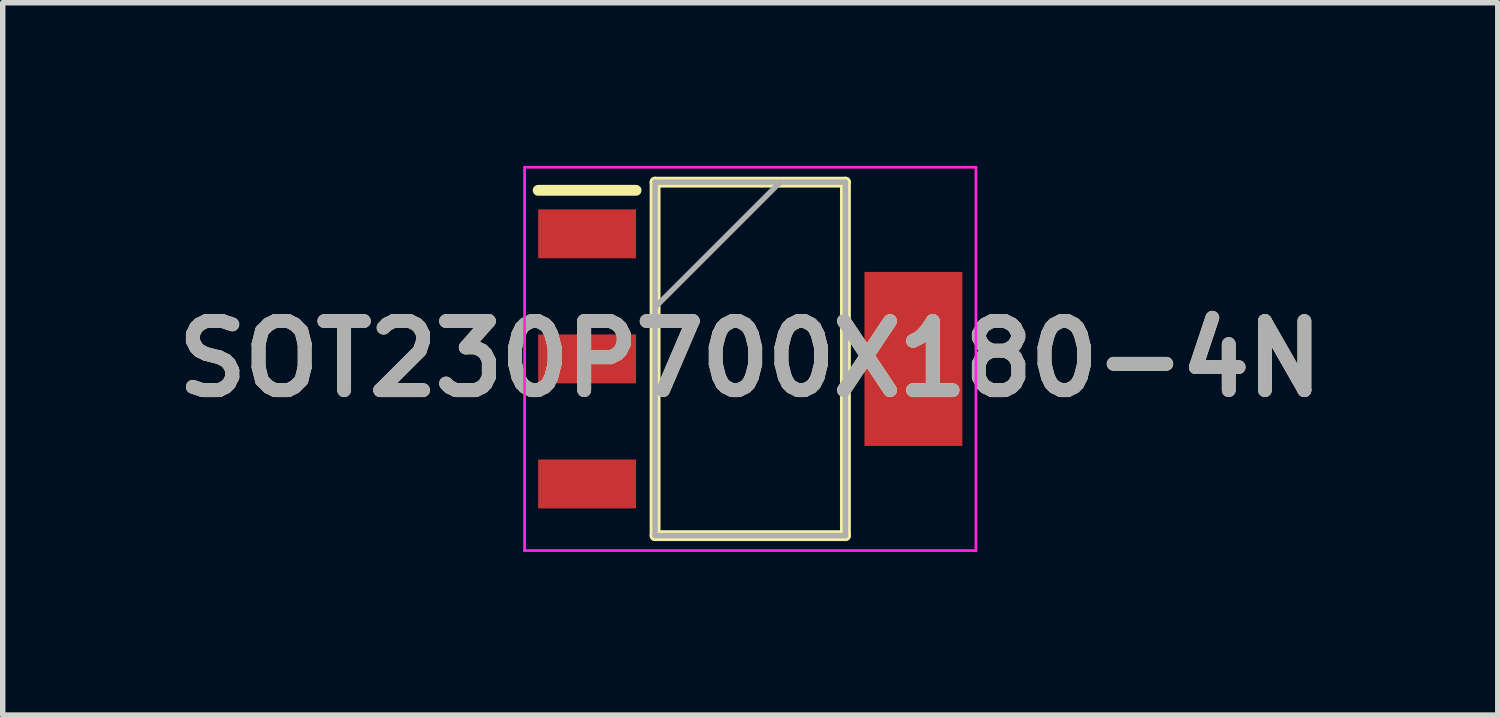
<source format=kicad_pcb>
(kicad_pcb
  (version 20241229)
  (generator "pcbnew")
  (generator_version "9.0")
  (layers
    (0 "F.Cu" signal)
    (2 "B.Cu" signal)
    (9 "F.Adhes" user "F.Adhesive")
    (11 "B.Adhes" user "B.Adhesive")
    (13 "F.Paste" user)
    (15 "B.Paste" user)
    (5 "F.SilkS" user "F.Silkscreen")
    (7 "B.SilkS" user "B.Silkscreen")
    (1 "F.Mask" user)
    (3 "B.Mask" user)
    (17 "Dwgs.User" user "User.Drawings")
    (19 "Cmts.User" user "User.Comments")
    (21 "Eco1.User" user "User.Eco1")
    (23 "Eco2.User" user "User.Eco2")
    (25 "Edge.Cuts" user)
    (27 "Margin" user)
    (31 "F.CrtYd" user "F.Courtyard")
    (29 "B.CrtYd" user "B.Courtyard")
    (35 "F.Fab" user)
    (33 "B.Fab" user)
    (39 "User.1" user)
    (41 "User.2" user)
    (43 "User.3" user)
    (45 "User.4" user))
  (footprint "SOT230P700X180-4N"
    (layer "F.Cu")
    (at 10.747 3.55)
    (property "Reference" "SOT230P700X180-4N" (at 0 0 0) (layer "F.SilkS") (effects (font (size 1.27 1.27) (thickness 0.254))))
    (attr smd)
    (fp_line (start -3.9 -3.1) (end -2.1 -3.1) (stroke (width 0.2) (type solid)) (layer "F.SilkS"))
    (fp_line (start -1.75 -3.25) (end 1.75 -3.25) (stroke (width 0.2) (type solid)) (layer "F.SilkS"))
    (fp_line (start -1.75 3.25) (end -1.75 -3.25) (stroke (width 0.2) (type solid)) (layer "F.SilkS"))
    (fp_line (start 1.75 -3.25) (end 1.75 3.25) (stroke (width 0.2) (type solid)) (layer "F.SilkS"))
    (fp_line (start 1.75 3.25) (end -1.75 3.25) (stroke (width 0.2) (type solid)) (layer "F.SilkS"))
    (fp_line (start -4.15 -3.525) (end 4.15 -3.525) (stroke (width 0.05) (type solid)) (layer "F.CrtYd"))
    (fp_line (start -4.15 3.525) (end -4.15 -3.525) (stroke (width 0.05) (type solid)) (layer "F.CrtYd"))
    (fp_line (start 4.15 -3.525) (end 4.15 3.525) (stroke (width 0.05) (type solid)) (layer "F.CrtYd"))
    (fp_line (start 4.15 3.525) (end -4.15 3.525) (stroke (width 0.05) (type solid)) (layer "F.CrtYd"))
    (fp_line (start -1.75 -3.25) (end 1.75 -3.25) (stroke (width 0.1) (type solid)) (layer "F.Fab"))
    (fp_line (start -1.75 -0.95) (end 0.55 -3.25) (stroke (width 0.1) (type solid)) (layer "F.Fab"))
    (fp_line (start -1.75 3.25) (end -1.75 -3.25) (stroke (width 0.1) (type solid)) (layer "F.Fab"))
    (fp_line (start 1.75 -3.25) (end 1.75 3.25) (stroke (width 0.1) (type solid)) (layer "F.Fab"))
    (fp_line (start 1.75 3.25) (end -1.75 3.25) (stroke (width 0.1) (type solid)) (layer "F.Fab"))
    (fp_text user "${REFERENCE}" (at 0 0 0) (layer "F.Fab") (effects (font (size 1.27 1.27) (thickness 0.254))))
    (pad "1" smd rect (at -3 -2.3 90) (size 0.9 1.8) (layers "F.Cu" "F.Mask" "F.Paste"))
    (pad "2" smd rect (at -3 0 90) (size 0.9 1.8) (layers "F.Cu" "F.Mask" "F.Paste"))
    (pad "3" smd rect (at -3 2.3 90) (size 0.9 1.8) (layers "F.Cu" "F.Mask" "F.Paste"))
    (pad "4" smd rect (at 3 0) (size 1.8 3.2) (layers "F.Cu" "F.Mask" "F.Paste")))
  (gr_rect
    (start -3 -3)
    (end 24.493 10.1)
    (stroke (width 0.1) (type default))
    (fill no)
    (layer "Edge.Cuts")))
</source>
